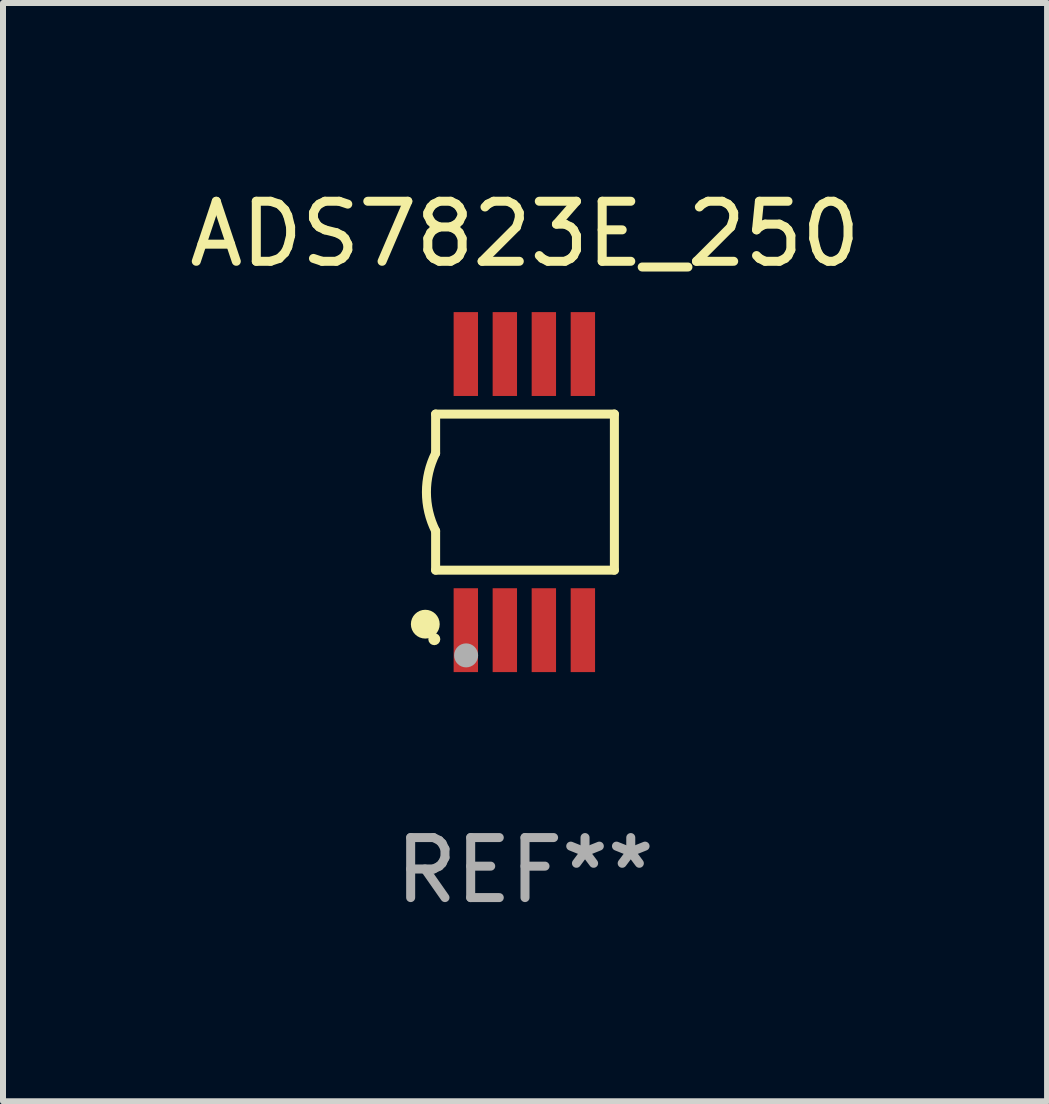
<source format=kicad_pcb>
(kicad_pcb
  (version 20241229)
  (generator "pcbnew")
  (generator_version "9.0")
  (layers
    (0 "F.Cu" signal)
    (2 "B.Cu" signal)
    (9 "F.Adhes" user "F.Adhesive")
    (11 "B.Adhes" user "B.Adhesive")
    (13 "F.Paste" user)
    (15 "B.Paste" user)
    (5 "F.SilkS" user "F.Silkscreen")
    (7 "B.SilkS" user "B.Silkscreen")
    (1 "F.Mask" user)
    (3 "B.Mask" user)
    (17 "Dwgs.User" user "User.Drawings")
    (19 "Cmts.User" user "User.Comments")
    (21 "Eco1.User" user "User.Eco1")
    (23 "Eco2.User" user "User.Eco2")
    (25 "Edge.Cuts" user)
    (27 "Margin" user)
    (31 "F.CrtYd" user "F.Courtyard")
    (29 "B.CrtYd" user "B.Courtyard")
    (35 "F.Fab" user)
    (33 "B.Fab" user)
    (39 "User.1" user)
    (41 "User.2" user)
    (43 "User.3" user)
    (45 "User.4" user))
  (footprint "ADS7823E_250"
    (layer "F.Cu")
    (at 5.696 5.148)
    (property "Reference" "ADS7823E_250" (at 0 -4.3 0) (layer "F.SilkS") (effects (font (size 1 1) (thickness 0.15))))
    (attr through_hole)
    (fp_line (start -1.489 -1.3) (end -1.489 -0.648) (stroke (width 0.15) (type solid)) (layer "F.SilkS"))
    (fp_line (start -1.489 0.648) (end -1.489 1.3) (stroke (width 0.15) (type solid)) (layer "F.SilkS"))
    (fp_line (start -1.489 1.3) (end 1.489 1.3) (stroke (width 0.15) (type solid)) (layer "F.SilkS"))
    (fp_line (start 1.489 -1.3) (end -1.489 -1.3) (stroke (width 0.15) (type solid)) (layer "F.SilkS"))
    (fp_line (start 1.489 1.3) (end 1.489 -1.3) (stroke (width 0.15) (type solid)) (layer "F.SilkS"))
    (fp_arc (start -1.489205 0.647702) (mid -1.642107 0) (end -1.489205 -0.647701) (stroke (width 0.150013) (type solid)) (layer "F.SilkS"))
    (fp_circle (center -1.661 2.2) (end -1.541 2.2) (stroke (width 0.24) (type solid)) (fill no) (layer "F.SilkS"))
    (fp_circle (center -1.511 2.45) (end -1.461 2.45) (stroke (width 0.1) (type solid)) (fill no) (layer "F.SilkS"))
    (fp_circle (center -0.981 2.72) (end -0.881 2.72) (stroke (width 0.2) (type solid)) (fill no) (layer "F.Fab"))
    (fp_text user "REF**" (at 0 6.3 0) (layer "F.Fab") (effects (font (size 1 1) (thickness 0.15))))
    (pad "1" smd rect (at -0.986 2.3) (size 0.406 1.397) (layers "F.Cu" "F.Mask" "F.Paste"))
    (pad "2" smd rect (at -0.336 2.3) (size 0.406 1.397) (layers "F.Cu" "F.Mask" "F.Paste"))
    (pad "3" smd rect (at 0.314 2.3) (size 0.406 1.397) (layers "F.Cu" "F.Mask" "F.Paste"))
    (pad "4" smd rect (at 0.964 2.3) (size 0.406 1.397) (layers "F.Cu" "F.Mask" "F.Paste"))
    (pad "5" smd rect (at 0.964 -2.3) (size 0.406 1.397) (layers "F.Cu" "F.Mask" "F.Paste"))
    (pad "6" smd rect (at 0.314 -2.3) (size 0.406 1.397) (layers "F.Cu" "F.Mask" "F.Paste"))
    (pad "7" smd rect (at -0.336 -2.3) (size 0.406 1.397) (layers "F.Cu" "F.Mask" "F.Paste"))
    (pad "8" smd rect (at -0.986 -2.3) (size 0.406 1.397) (layers "F.Cu" "F.Mask" "F.Paste")))
  (gr_rect
    (start -3 -3)
    (end 14.393 15.296)
    (stroke (width 0.1) (type default))
    (fill no)
    (layer "Edge.Cuts")))
</source>
